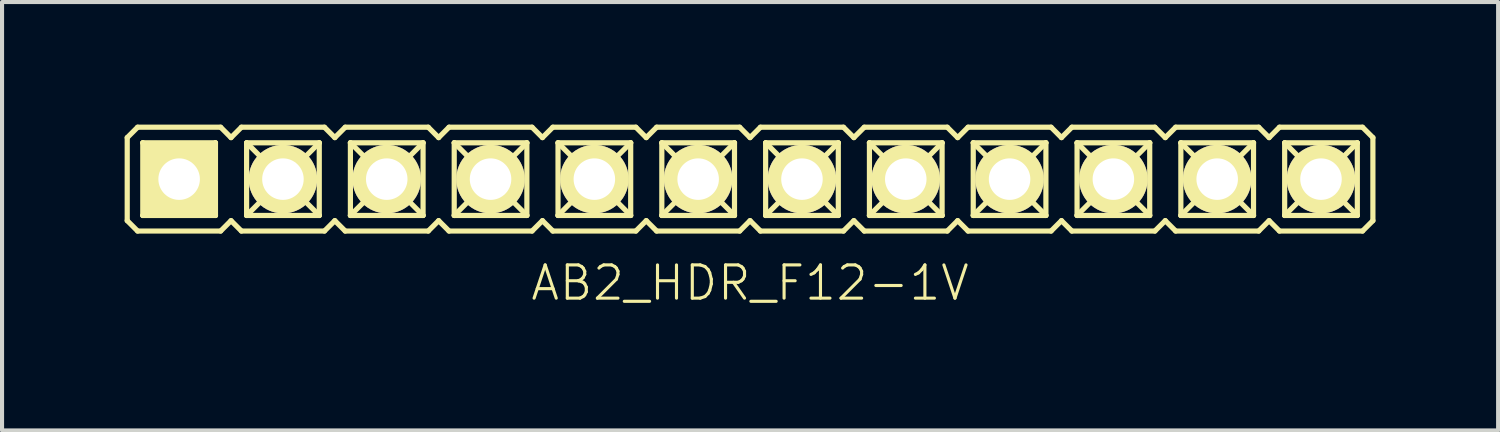
<source format=kicad_pcb>
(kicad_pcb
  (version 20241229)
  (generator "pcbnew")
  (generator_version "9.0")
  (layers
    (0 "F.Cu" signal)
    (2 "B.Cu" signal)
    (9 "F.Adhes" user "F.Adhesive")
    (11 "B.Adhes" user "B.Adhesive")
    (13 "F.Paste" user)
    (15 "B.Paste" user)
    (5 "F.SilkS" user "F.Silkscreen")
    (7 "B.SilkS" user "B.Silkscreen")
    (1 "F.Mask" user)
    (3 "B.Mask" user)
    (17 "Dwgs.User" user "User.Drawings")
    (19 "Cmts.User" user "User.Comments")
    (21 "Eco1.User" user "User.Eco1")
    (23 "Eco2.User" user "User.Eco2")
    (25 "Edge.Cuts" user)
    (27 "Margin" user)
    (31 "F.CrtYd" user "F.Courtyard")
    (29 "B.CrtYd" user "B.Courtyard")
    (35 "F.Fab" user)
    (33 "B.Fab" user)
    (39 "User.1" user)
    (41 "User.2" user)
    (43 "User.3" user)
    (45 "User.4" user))
  (footprint "AB2_HDR_F12-1V"
    (layer "F.Cu")
    (at 15.303 1.333)
    (property "Reference" "AB2_HDR_F12-1V" (at 0 2.54 0) (layer "F.SilkS") (effects (font (size 0.813 0.813) (thickness 0.076))))
    (attr through_hole)
    (fp_line (start -15.24 -1.016) (end -14.986 -1.27) (stroke (width 0.127) (type solid)) (layer "F.SilkS"))
    (fp_line (start -15.24 1.016) (end -15.24 -1.016) (stroke (width 0.127) (type solid)) (layer "F.SilkS"))
    (fp_line (start -14.986 -1.27) (end -12.954 -1.27) (stroke (width 0.127) (type solid)) (layer "F.SilkS"))
    (fp_line (start -14.986 1.27) (end -15.24 1.016) (stroke (width 0.127) (type solid)) (layer "F.SilkS"))
    (fp_line (start -14.859 -0.889) (end -13.081 -0.889) (stroke (width 0.127) (type solid)) (layer "F.SilkS"))
    (fp_line (start -14.859 0.889) (end -14.859 -0.889) (stroke (width 0.127) (type solid)) (layer "F.SilkS"))
    (fp_line (start -14.478 -0.508) (end -14.859 -0.889) (stroke (width 0.127) (type solid)) (layer "F.SilkS"))
    (fp_line (start -14.478 -0.508) (end -13.462 -0.508) (stroke (width 0.127) (type solid)) (layer "F.SilkS"))
    (fp_line (start -14.478 0.508) (end -14.859 0.889) (stroke (width 0.127) (type solid)) (layer "F.SilkS"))
    (fp_line (start -14.478 0.508) (end -14.478 -0.508) (stroke (width 0.127) (type solid)) (layer "F.SilkS"))
    (fp_line (start -13.462 -0.508) (end -13.462 0.508) (stroke (width 0.127) (type solid)) (layer "F.SilkS"))
    (fp_line (start -13.462 -0.508) (end -13.081 -0.889) (stroke (width 0.127) (type solid)) (layer "F.SilkS"))
    (fp_line (start -13.462 0.508) (end -14.478 0.508) (stroke (width 0.127) (type solid)) (layer "F.SilkS"))
    (fp_line (start -13.462 0.508) (end -13.081 0.889) (stroke (width 0.127) (type solid)) (layer "F.SilkS"))
    (fp_line (start -13.081 -0.889) (end -13.081 0.889) (stroke (width 0.127) (type solid)) (layer "F.SilkS"))
    (fp_line (start -13.081 0.889) (end -14.859 0.889) (stroke (width 0.127) (type solid)) (layer "F.SilkS"))
    (fp_line (start -12.954 -1.27) (end -12.7 -1.016) (stroke (width 0.127) (type solid)) (layer "F.SilkS"))
    (fp_line (start -12.954 1.27) (end -14.986 1.27) (stroke (width 0.127) (type solid)) (layer "F.SilkS"))
    (fp_line (start -12.7 -1.016) (end -12.446 -1.27) (stroke (width 0.127) (type solid)) (layer "F.SilkS"))
    (fp_line (start -12.7 1.016) (end -12.954 1.27) (stroke (width 0.127) (type solid)) (layer "F.SilkS"))
    (fp_line (start -12.446 -1.27) (end -10.414 -1.27) (stroke (width 0.127) (type solid)) (layer "F.SilkS"))
    (fp_line (start -12.446 1.27) (end -12.7 1.016) (stroke (width 0.127) (type solid)) (layer "F.SilkS"))
    (fp_line (start -12.319 -0.889) (end -10.541 -0.889) (stroke (width 0.127) (type solid)) (layer "F.SilkS"))
    (fp_line (start -12.319 0.889) (end -12.319 -0.889) (stroke (width 0.127) (type solid)) (layer "F.SilkS"))
    (fp_line (start -11.938 -0.508) (end -12.319 -0.889) (stroke (width 0.127) (type solid)) (layer "F.SilkS"))
    (fp_line (start -11.938 -0.508) (end -10.922 -0.508) (stroke (width 0.127) (type solid)) (layer "F.SilkS"))
    (fp_line (start -11.938 0.508) (end -12.319 0.889) (stroke (width 0.127) (type solid)) (layer "F.SilkS"))
    (fp_line (start -11.938 0.508) (end -11.938 -0.508) (stroke (width 0.127) (type solid)) (layer "F.SilkS"))
    (fp_line (start -10.922 -0.508) (end -10.922 0.508) (stroke (width 0.127) (type solid)) (layer "F.SilkS"))
    (fp_line (start -10.922 -0.508) (end -10.541 -0.889) (stroke (width 0.127) (type solid)) (layer "F.SilkS"))
    (fp_line (start -10.922 0.508) (end -11.938 0.508) (stroke (width 0.127) (type solid)) (layer "F.SilkS"))
    (fp_line (start -10.922 0.508) (end -10.541 0.889) (stroke (width 0.127) (type solid)) (layer "F.SilkS"))
    (fp_line (start -10.541 -0.889) (end -10.541 0.889) (stroke (width 0.127) (type solid)) (layer "F.SilkS"))
    (fp_line (start -10.541 0.889) (end -12.319 0.889) (stroke (width 0.127) (type solid)) (layer "F.SilkS"))
    (fp_line (start -10.414 -1.27) (end -10.16 -1.016) (stroke (width 0.127) (type solid)) (layer "F.SilkS"))
    (fp_line (start -10.414 1.27) (end -12.446 1.27) (stroke (width 0.127) (type solid)) (layer "F.SilkS"))
    (fp_line (start -10.16 -1.016) (end -9.906 -1.27) (stroke (width 0.127) (type solid)) (layer "F.SilkS"))
    (fp_line (start -10.16 1.016) (end -10.414 1.27) (stroke (width 0.127) (type solid)) (layer "F.SilkS"))
    (fp_line (start -9.906 -1.27) (end -7.874 -1.27) (stroke (width 0.127) (type solid)) (layer "F.SilkS"))
    (fp_line (start -9.906 1.27) (end -10.16 1.016) (stroke (width 0.127) (type solid)) (layer "F.SilkS"))
    (fp_line (start -9.779 -0.889) (end -8.001 -0.889) (stroke (width 0.127) (type solid)) (layer "F.SilkS"))
    (fp_line (start -9.779 0.889) (end -9.779 -0.889) (stroke (width 0.127) (type solid)) (layer "F.SilkS"))
    (fp_line (start -9.398 -0.508) (end -9.779 -0.889) (stroke (width 0.127) (type solid)) (layer "F.SilkS"))
    (fp_line (start -9.398 -0.508) (end -8.382 -0.508) (stroke (width 0.127) (type solid)) (layer "F.SilkS"))
    (fp_line (start -9.398 0.508) (end -9.779 0.889) (stroke (width 0.127) (type solid)) (layer "F.SilkS"))
    (fp_line (start -9.398 0.508) (end -9.398 -0.508) (stroke (width 0.127) (type solid)) (layer "F.SilkS"))
    (fp_line (start -8.382 -0.508) (end -8.382 0.508) (stroke (width 0.127) (type solid)) (layer "F.SilkS"))
    (fp_line (start -8.382 -0.508) (end -8.001 -0.889) (stroke (width 0.127) (type solid)) (layer "F.SilkS"))
    (fp_line (start -8.382 0.508) (end -9.398 0.508) (stroke (width 0.127) (type solid)) (layer "F.SilkS"))
    (fp_line (start -8.382 0.508) (end -8.001 0.889) (stroke (width 0.127) (type solid)) (layer "F.SilkS"))
    (fp_line (start -8.001 -0.889) (end -8.001 0.889) (stroke (width 0.127) (type solid)) (layer "F.SilkS"))
    (fp_line (start -8.001 0.889) (end -9.779 0.889) (stroke (width 0.127) (type solid)) (layer "F.SilkS"))
    (fp_line (start -7.874 -1.27) (end -7.62 -1.016) (stroke (width 0.127) (type solid)) (layer "F.SilkS"))
    (fp_line (start -7.874 1.27) (end -9.906 1.27) (stroke (width 0.127) (type solid)) (layer "F.SilkS"))
    (fp_line (start -7.62 -1.016) (end -7.366 -1.27) (stroke (width 0.127) (type solid)) (layer "F.SilkS"))
    (fp_line (start -7.62 1.016) (end -7.874 1.27) (stroke (width 0.127) (type solid)) (layer "F.SilkS"))
    (fp_line (start -7.366 -1.27) (end -5.334 -1.27) (stroke (width 0.127) (type solid)) (layer "F.SilkS"))
    (fp_line (start -7.366 1.27) (end -7.62 1.016) (stroke (width 0.127) (type solid)) (layer "F.SilkS"))
    (fp_line (start -7.239 -0.889) (end -5.461 -0.889) (stroke (width 0.127) (type solid)) (layer "F.SilkS"))
    (fp_line (start -7.239 0.889) (end -7.239 -0.889) (stroke (width 0.127) (type solid)) (layer "F.SilkS"))
    (fp_line (start -6.858 -0.508) (end -7.239 -0.889) (stroke (width 0.127) (type solid)) (layer "F.SilkS"))
    (fp_line (start -6.858 -0.508) (end -5.842 -0.508) (stroke (width 0.127) (type solid)) (layer "F.SilkS"))
    (fp_line (start -6.858 0.508) (end -7.239 0.889) (stroke (width 0.127) (type solid)) (layer "F.SilkS"))
    (fp_line (start -6.858 0.508) (end -6.858 -0.508) (stroke (width 0.127) (type solid)) (layer "F.SilkS"))
    (fp_line (start -5.842 -0.508) (end -5.842 0.508) (stroke (width 0.127) (type solid)) (layer "F.SilkS"))
    (fp_line (start -5.842 -0.508) (end -5.461 -0.889) (stroke (width 0.127) (type solid)) (layer "F.SilkS"))
    (fp_line (start -5.842 0.508) (end -6.858 0.508) (stroke (width 0.127) (type solid)) (layer "F.SilkS"))
    (fp_line (start -5.842 0.508) (end -5.461 0.889) (stroke (width 0.127) (type solid)) (layer "F.SilkS"))
    (fp_line (start -5.461 -0.889) (end -5.461 0.889) (stroke (width 0.127) (type solid)) (layer "F.SilkS"))
    (fp_line (start -5.461 0.889) (end -7.239 0.889) (stroke (width 0.127) (type solid)) (layer "F.SilkS"))
    (fp_line (start -5.334 -1.27) (end -5.08 -1.016) (stroke (width 0.127) (type solid)) (layer "F.SilkS"))
    (fp_line (start -5.334 1.27) (end -7.366 1.27) (stroke (width 0.127) (type solid)) (layer "F.SilkS"))
    (fp_line (start -5.08 -1.016) (end -4.826 -1.27) (stroke (width 0.127) (type solid)) (layer "F.SilkS"))
    (fp_line (start -5.08 1.016) (end -5.334 1.27) (stroke (width 0.127) (type solid)) (layer "F.SilkS"))
    (fp_line (start -4.826 -1.27) (end -2.794 -1.27) (stroke (width 0.127) (type solid)) (layer "F.SilkS"))
    (fp_line (start -4.826 1.27) (end -5.08 1.016) (stroke (width 0.127) (type solid)) (layer "F.SilkS"))
    (fp_line (start -4.699 -0.889) (end -2.921 -0.889) (stroke (width 0.127) (type solid)) (layer "F.SilkS"))
    (fp_line (start -4.699 0.889) (end -4.699 -0.889) (stroke (width 0.127) (type solid)) (layer "F.SilkS"))
    (fp_line (start -4.318 -0.508) (end -4.699 -0.889) (stroke (width 0.127) (type solid)) (layer "F.SilkS"))
    (fp_line (start -4.318 -0.508) (end -3.302 -0.508) (stroke (width 0.127) (type solid)) (layer "F.SilkS"))
    (fp_line (start -4.318 0.508) (end -4.699 0.889) (stroke (width 0.127) (type solid)) (layer "F.SilkS"))
    (fp_line (start -4.318 0.508) (end -4.318 -0.508) (stroke (width 0.127) (type solid)) (layer "F.SilkS"))
    (fp_line (start -3.302 -0.508) (end -3.302 0.508) (stroke (width 0.127) (type solid)) (layer "F.SilkS"))
    (fp_line (start -3.302 -0.508) (end -2.921 -0.889) (stroke (width 0.127) (type solid)) (layer "F.SilkS"))
    (fp_line (start -3.302 0.508) (end -4.318 0.508) (stroke (width 0.127) (type solid)) (layer "F.SilkS"))
    (fp_line (start -3.302 0.508) (end -2.921 0.889) (stroke (width 0.127) (type solid)) (layer "F.SilkS"))
    (fp_line (start -2.921 -0.889) (end -2.921 0.889) (stroke (width 0.127) (type solid)) (layer "F.SilkS"))
    (fp_line (start -2.921 0.889) (end -4.699 0.889) (stroke (width 0.127) (type solid)) (layer "F.SilkS"))
    (fp_line (start -2.794 -1.27) (end -2.54 -1.016) (stroke (width 0.127) (type solid)) (layer "F.SilkS"))
    (fp_line (start -2.794 1.27) (end -4.826 1.27) (stroke (width 0.127) (type solid)) (layer "F.SilkS"))
    (fp_line (start -2.54 -1.016) (end -2.286 -1.27) (stroke (width 0.127) (type solid)) (layer "F.SilkS"))
    (fp_line (start -2.54 1.016) (end -2.794 1.27) (stroke (width 0.127) (type solid)) (layer "F.SilkS"))
    (fp_line (start -2.286 -1.27) (end -0.254 -1.27) (stroke (width 0.127) (type solid)) (layer "F.SilkS"))
    (fp_line (start -2.286 1.27) (end -2.54 1.016) (stroke (width 0.127) (type solid)) (layer "F.SilkS"))
    (fp_line (start -2.159 -0.889) (end -0.381 -0.889) (stroke (width 0.127) (type solid)) (layer "F.SilkS"))
    (fp_line (start -2.159 0.889) (end -2.159 -0.889) (stroke (width 0.127) (type solid)) (layer "F.SilkS"))
    (fp_line (start -1.778 -0.508) (end -2.159 -0.889) (stroke (width 0.127) (type solid)) (layer "F.SilkS"))
    (fp_line (start -1.778 -0.508) (end -0.762 -0.508) (stroke (width 0.127) (type solid)) (layer "F.SilkS"))
    (fp_line (start -1.778 0.508) (end -2.159 0.889) (stroke (width 0.127) (type solid)) (layer "F.SilkS"))
    (fp_line (start -1.778 0.508) (end -1.778 -0.508) (stroke (width 0.127) (type solid)) (layer "F.SilkS"))
    (fp_line (start -0.762 -0.508) (end -0.762 0.508) (stroke (width 0.127) (type solid)) (layer "F.SilkS"))
    (fp_line (start -0.762 -0.508) (end -0.381 -0.889) (stroke (width 0.127) (type solid)) (layer "F.SilkS"))
    (fp_line (start -0.762 0.508) (end -1.778 0.508) (stroke (width 0.127) (type solid)) (layer "F.SilkS"))
    (fp_line (start -0.762 0.508) (end -0.381 0.889) (stroke (width 0.127) (type solid)) (layer "F.SilkS"))
    (fp_line (start -0.381 -0.889) (end -0.381 0.889) (stroke (width 0.127) (type solid)) (layer "F.SilkS"))
    (fp_line (start -0.381 0.889) (end -2.159 0.889) (stroke (width 0.127) (type solid)) (layer "F.SilkS"))
    (fp_line (start -0.254 -1.27) (end 0 -1.016) (stroke (width 0.127) (type solid)) (layer "F.SilkS"))
    (fp_line (start -0.254 1.27) (end -2.286 1.27) (stroke (width 0.127) (type solid)) (layer "F.SilkS"))
    (fp_line (start 0 -1.016) (end 0.254 -1.27) (stroke (width 0.127) (type solid)) (layer "F.SilkS"))
    (fp_line (start 0 1.016) (end -0.254 1.27) (stroke (width 0.127) (type solid)) (layer "F.SilkS"))
    (fp_line (start 0.254 -1.27) (end 2.286 -1.27) (stroke (width 0.127) (type solid)) (layer "F.SilkS"))
    (fp_line (start 0.254 1.27) (end 0 1.016) (stroke (width 0.127) (type solid)) (layer "F.SilkS"))
    (fp_line (start 0.381 -0.889) (end 2.159 -0.889) (stroke (width 0.127) (type solid)) (layer "F.SilkS"))
    (fp_line (start 0.381 0.889) (end 0.381 -0.889) (stroke (width 0.127) (type solid)) (layer "F.SilkS"))
    (fp_line (start 0.762 -0.508) (end 0.381 -0.889) (stroke (width 0.127) (type solid)) (layer "F.SilkS"))
    (fp_line (start 0.762 -0.508) (end 1.778 -0.508) (stroke (width 0.127) (type solid)) (layer "F.SilkS"))
    (fp_line (start 0.762 0.508) (end 0.381 0.889) (stroke (width 0.127) (type solid)) (layer "F.SilkS"))
    (fp_line (start 0.762 0.508) (end 0.762 -0.508) (stroke (width 0.127) (type solid)) (layer "F.SilkS"))
    (fp_line (start 1.778 -0.508) (end 1.778 0.508) (stroke (width 0.127) (type solid)) (layer "F.SilkS"))
    (fp_line (start 1.778 -0.508) (end 2.159 -0.889) (stroke (width 0.127) (type solid)) (layer "F.SilkS"))
    (fp_line (start 1.778 0.508) (end 0.762 0.508) (stroke (width 0.127) (type solid)) (layer "F.SilkS"))
    (fp_line (start 1.778 0.508) (end 2.159 0.889) (stroke (width 0.127) (type solid)) (layer "F.SilkS"))
    (fp_line (start 2.159 -0.889) (end 2.159 0.889) (stroke (width 0.127) (type solid)) (layer "F.SilkS"))
    (fp_line (start 2.159 0.889) (end 0.381 0.889) (stroke (width 0.127) (type solid)) (layer "F.SilkS"))
    (fp_line (start 2.286 -1.27) (end 2.54 -1.016) (stroke (width 0.127) (type solid)) (layer "F.SilkS"))
    (fp_line (start 2.286 1.27) (end 0.254 1.27) (stroke (width 0.127) (type solid)) (layer "F.SilkS"))
    (fp_line (start 2.54 -1.016) (end 2.794 -1.27) (stroke (width 0.127) (type solid)) (layer "F.SilkS"))
    (fp_line (start 2.54 1.016) (end 2.286 1.27) (stroke (width 0.127) (type solid)) (layer "F.SilkS"))
    (fp_line (start 2.794 -1.27) (end 4.826 -1.27) (stroke (width 0.127) (type solid)) (layer "F.SilkS"))
    (fp_line (start 2.794 1.27) (end 2.54 1.016) (stroke (width 0.127) (type solid)) (layer "F.SilkS"))
    (fp_line (start 2.921 -0.889) (end 4.699 -0.889) (stroke (width 0.127) (type solid)) (layer "F.SilkS"))
    (fp_line (start 2.921 0.889) (end 2.921 -0.889) (stroke (width 0.127) (type solid)) (layer "F.SilkS"))
    (fp_line (start 3.302 -0.508) (end 2.921 -0.889) (stroke (width 0.127) (type solid)) (layer "F.SilkS"))
    (fp_line (start 3.302 -0.508) (end 4.318 -0.508) (stroke (width 0.127) (type solid)) (layer "F.SilkS"))
    (fp_line (start 3.302 0.508) (end 2.921 0.889) (stroke (width 0.127) (type solid)) (layer "F.SilkS"))
    (fp_line (start 3.302 0.508) (end 3.302 -0.508) (stroke (width 0.127) (type solid)) (layer "F.SilkS"))
    (fp_line (start 4.318 -0.508) (end 4.318 0.508) (stroke (width 0.127) (type solid)) (layer "F.SilkS"))
    (fp_line (start 4.318 -0.508) (end 4.699 -0.889) (stroke (width 0.127) (type solid)) (layer "F.SilkS"))
    (fp_line (start 4.318 0.508) (end 3.302 0.508) (stroke (width 0.127) (type solid)) (layer "F.SilkS"))
    (fp_line (start 4.318 0.508) (end 4.699 0.889) (stroke (width 0.127) (type solid)) (layer "F.SilkS"))
    (fp_line (start 4.699 -0.889) (end 4.699 0.889) (stroke (width 0.127) (type solid)) (layer "F.SilkS"))
    (fp_line (start 4.699 0.889) (end 2.921 0.889) (stroke (width 0.127) (type solid)) (layer "F.SilkS"))
    (fp_line (start 4.826 -1.27) (end 5.08 -1.016) (stroke (width 0.127) (type solid)) (layer "F.SilkS"))
    (fp_line (start 4.826 1.27) (end 2.794 1.27) (stroke (width 0.127) (type solid)) (layer "F.SilkS"))
    (fp_line (start 5.08 -1.016) (end 5.334 -1.27) (stroke (width 0.127) (type solid)) (layer "F.SilkS"))
    (fp_line (start 5.08 1.016) (end 4.826 1.27) (stroke (width 0.127) (type solid)) (layer "F.SilkS"))
    (fp_line (start 5.334 -1.27) (end 7.366 -1.27) (stroke (width 0.127) (type solid)) (layer "F.SilkS"))
    (fp_line (start 5.334 1.27) (end 5.08 1.016) (stroke (width 0.127) (type solid)) (layer "F.SilkS"))
    (fp_line (start 5.461 -0.889) (end 7.239 -0.889) (stroke (width 0.127) (type solid)) (layer "F.SilkS"))
    (fp_line (start 5.461 0.889) (end 5.461 -0.889) (stroke (width 0.127) (type solid)) (layer "F.SilkS"))
    (fp_line (start 5.842 -0.508) (end 5.461 -0.889) (stroke (width 0.127) (type solid)) (layer "F.SilkS"))
    (fp_line (start 5.842 -0.508) (end 6.858 -0.508) (stroke (width 0.127) (type solid)) (layer "F.SilkS"))
    (fp_line (start 5.842 0.508) (end 5.461 0.889) (stroke (width 0.127) (type solid)) (layer "F.SilkS"))
    (fp_line (start 5.842 0.508) (end 5.842 -0.508) (stroke (width 0.127) (type solid)) (layer "F.SilkS"))
    (fp_line (start 6.858 -0.508) (end 6.858 0.508) (stroke (width 0.127) (type solid)) (layer "F.SilkS"))
    (fp_line (start 6.858 -0.508) (end 7.239 -0.889) (stroke (width 0.127) (type solid)) (layer "F.SilkS"))
    (fp_line (start 6.858 0.508) (end 5.842 0.508) (stroke (width 0.127) (type solid)) (layer "F.SilkS"))
    (fp_line (start 6.858 0.508) (end 7.239 0.889) (stroke (width 0.127) (type solid)) (layer "F.SilkS"))
    (fp_line (start 7.239 -0.889) (end 7.239 0.889) (stroke (width 0.127) (type solid)) (layer "F.SilkS"))
    (fp_line (start 7.239 0.889) (end 5.461 0.889) (stroke (width 0.127) (type solid)) (layer "F.SilkS"))
    (fp_line (start 7.366 -1.27) (end 7.62 -1.016) (stroke (width 0.127) (type solid)) (layer "F.SilkS"))
    (fp_line (start 7.366 1.27) (end 5.334 1.27) (stroke (width 0.127) (type solid)) (layer "F.SilkS"))
    (fp_line (start 7.62 -1.016) (end 7.874 -1.27) (stroke (width 0.127) (type solid)) (layer "F.SilkS"))
    (fp_line (start 7.62 1.016) (end 7.366 1.27) (stroke (width 0.127) (type solid)) (layer "F.SilkS"))
    (fp_line (start 7.874 -1.27) (end 9.906 -1.27) (stroke (width 0.127) (type solid)) (layer "F.SilkS"))
    (fp_line (start 7.874 1.27) (end 7.62 1.016) (stroke (width 0.127) (type solid)) (layer "F.SilkS"))
    (fp_line (start 8.001 -0.889) (end 9.779 -0.889) (stroke (width 0.127) (type solid)) (layer "F.SilkS"))
    (fp_line (start 8.001 0.889) (end 8.001 -0.889) (stroke (width 0.127) (type solid)) (layer "F.SilkS"))
    (fp_line (start 8.382 -0.508) (end 8.001 -0.889) (stroke (width 0.127) (type solid)) (layer "F.SilkS"))
    (fp_line (start 8.382 -0.508) (end 9.398 -0.508) (stroke (width 0.127) (type solid)) (layer "F.SilkS"))
    (fp_line (start 8.382 0.508) (end 8.001 0.889) (stroke (width 0.127) (type solid)) (layer "F.SilkS"))
    (fp_line (start 8.382 0.508) (end 8.382 -0.508) (stroke (width 0.127) (type solid)) (layer "F.SilkS"))
    (fp_line (start 9.398 -0.508) (end 9.398 0.508) (stroke (width 0.127) (type solid)) (layer "F.SilkS"))
    (fp_line (start 9.398 -0.508) (end 9.779 -0.889) (stroke (width 0.127) (type solid)) (layer "F.SilkS"))
    (fp_line (start 9.398 0.508) (end 8.382 0.508) (stroke (width 0.127) (type solid)) (layer "F.SilkS"))
    (fp_line (start 9.398 0.508) (end 9.779 0.889) (stroke (width 0.127) (type solid)) (layer "F.SilkS"))
    (fp_line (start 9.779 -0.889) (end 9.779 0.889) (stroke (width 0.127) (type solid)) (layer "F.SilkS"))
    (fp_line (start 9.779 0.889) (end 8.001 0.889) (stroke (width 0.127) (type solid)) (layer "F.SilkS"))
    (fp_line (start 9.906 -1.27) (end 10.16 -1.016) (stroke (width 0.127) (type solid)) (layer "F.SilkS"))
    (fp_line (start 9.906 1.27) (end 7.874 1.27) (stroke (width 0.127) (type solid)) (layer "F.SilkS"))
    (fp_line (start 10.16 -1.016) (end 10.414 -1.27) (stroke (width 0.127) (type solid)) (layer "F.SilkS"))
    (fp_line (start 10.16 1.016) (end 9.906 1.27) (stroke (width 0.127) (type solid)) (layer "F.SilkS"))
    (fp_line (start 10.414 -1.27) (end 12.446 -1.27) (stroke (width 0.127) (type solid)) (layer "F.SilkS"))
    (fp_line (start 10.414 1.27) (end 10.16 1.016) (stroke (width 0.127) (type solid)) (layer "F.SilkS"))
    (fp_line (start 10.541 -0.889) (end 12.319 -0.889) (stroke (width 0.127) (type solid)) (layer "F.SilkS"))
    (fp_line (start 10.541 0.889) (end 10.541 -0.889) (stroke (width 0.127) (type solid)) (layer "F.SilkS"))
    (fp_line (start 10.922 -0.508) (end 10.541 -0.889) (stroke (width 0.127) (type solid)) (layer "F.SilkS"))
    (fp_line (start 10.922 -0.508) (end 11.938 -0.508) (stroke (width 0.127) (type solid)) (layer "F.SilkS"))
    (fp_line (start 10.922 0.508) (end 10.541 0.889) (stroke (width 0.127) (type solid)) (layer "F.SilkS"))
    (fp_line (start 10.922 0.508) (end 10.922 -0.508) (stroke (width 0.127) (type solid)) (layer "F.SilkS"))
    (fp_line (start 11.938 -0.508) (end 11.938 0.508) (stroke (width 0.127) (type solid)) (layer "F.SilkS"))
    (fp_line (start 11.938 -0.508) (end 12.319 -0.889) (stroke (width 0.127) (type solid)) (layer "F.SilkS"))
    (fp_line (start 11.938 0.508) (end 10.922 0.508) (stroke (width 0.127) (type solid)) (layer "F.SilkS"))
    (fp_line (start 11.938 0.508) (end 12.319 0.889) (stroke (width 0.127) (type solid)) (layer "F.SilkS"))
    (fp_line (start 12.319 -0.889) (end 12.319 0.889) (stroke (width 0.127) (type solid)) (layer "F.SilkS"))
    (fp_line (start 12.319 0.889) (end 10.541 0.889) (stroke (width 0.127) (type solid)) (layer "F.SilkS"))
    (fp_line (start 12.446 -1.27) (end 12.7 -1.016) (stroke (width 0.127) (type solid)) (layer "F.SilkS"))
    (fp_line (start 12.446 1.27) (end 10.414 1.27) (stroke (width 0.127) (type solid)) (layer "F.SilkS"))
    (fp_line (start 12.7 -1.016) (end 12.954 -1.27) (stroke (width 0.127) (type solid)) (layer "F.SilkS"))
    (fp_line (start 12.7 1.016) (end 12.446 1.27) (stroke (width 0.127) (type solid)) (layer "F.SilkS"))
    (fp_line (start 12.954 -1.27) (end 14.986 -1.27) (stroke (width 0.127) (type solid)) (layer "F.SilkS"))
    (fp_line (start 12.954 1.27) (end 12.7 1.016) (stroke (width 0.127) (type solid)) (layer "F.SilkS"))
    (fp_line (start 13.081 -0.889) (end 14.859 -0.889) (stroke (width 0.127) (type solid)) (layer "F.SilkS"))
    (fp_line (start 13.081 0.889) (end 13.081 -0.889) (stroke (width 0.127) (type solid)) (layer "F.SilkS"))
    (fp_line (start 13.462 -0.508) (end 13.081 -0.889) (stroke (width 0.127) (type solid)) (layer "F.SilkS"))
    (fp_line (start 13.462 -0.508) (end 14.478 -0.508) (stroke (width 0.127) (type solid)) (layer "F.SilkS"))
    (fp_line (start 13.462 0.508) (end 13.081 0.889) (stroke (width 0.127) (type solid)) (layer "F.SilkS"))
    (fp_line (start 13.462 0.508) (end 13.462 -0.508) (stroke (width 0.127) (type solid)) (layer "F.SilkS"))
    (fp_line (start 14.478 -0.508) (end 14.478 0.508) (stroke (width 0.127) (type solid)) (layer "F.SilkS"))
    (fp_line (start 14.478 -0.508) (end 14.859 -0.889) (stroke (width 0.127) (type solid)) (layer "F.SilkS"))
    (fp_line (start 14.478 0.508) (end 13.462 0.508) (stroke (width 0.127) (type solid)) (layer "F.SilkS"))
    (fp_line (start 14.478 0.508) (end 14.859 0.889) (stroke (width 0.127) (type solid)) (layer "F.SilkS"))
    (fp_line (start 14.859 -0.889) (end 14.859 0.889) (stroke (width 0.127) (type solid)) (layer "F.SilkS"))
    (fp_line (start 14.859 0.889) (end 13.081 0.889) (stroke (width 0.127) (type solid)) (layer "F.SilkS"))
    (fp_line (start 14.986 -1.27) (end 15.24 -1.016) (stroke (width 0.127) (type solid)) (layer "F.SilkS"))
    (fp_line (start 14.986 1.27) (end 12.954 1.27) (stroke (width 0.127) (type solid)) (layer "F.SilkS"))
    (fp_line (start 15.24 1.016) (end 14.986 1.27) (stroke (width 0.127) (type solid)) (layer "F.SilkS"))
    (fp_line (start 15.24 1.016) (end 15.24 -1.016) (stroke (width 0.127) (type solid)) (layer "F.SilkS"))
    (pad "1" thru_hole rect (at -13.97 0) (size 1.676 1.676) (drill 1.016) (layers "*.Cu" "*.Mask" "F.SilkS"))
    (pad "2" thru_hole circle (at -11.43 0) (size 1.676 1.676) (drill 1.016) (layers "*.Cu" "*.Mask" "F.SilkS"))
    (pad "3" thru_hole circle (at -8.89 0) (size 1.676 1.676) (drill 1.016) (layers "*.Cu" "*.Mask" "F.SilkS"))
    (pad "4" thru_hole circle (at -6.35 0) (size 1.676 1.676) (drill 1.016) (layers "*.Cu" "*.Mask" "F.SilkS"))
    (pad "5" thru_hole circle (at -3.81 0) (size 1.676 1.676) (drill 1.016) (layers "*.Cu" "*.Mask" "F.SilkS"))
    (pad "6" thru_hole circle (at -1.27 0) (size 1.676 1.676) (drill 1.016) (layers "*.Cu" "*.Mask" "F.SilkS"))
    (pad "7" thru_hole circle (at 1.27 0) (size 1.676 1.676) (drill 1.016) (layers "*.Cu" "*.Mask" "F.SilkS"))
    (pad "8" thru_hole circle (at 3.81 0) (size 1.676 1.676) (drill 1.016) (layers "*.Cu" "*.Mask" "F.SilkS"))
    (pad "9" thru_hole circle (at 6.35 0) (size 1.676 1.676) (drill 1.016) (layers "*.Cu" "*.Mask" "F.SilkS"))
    (pad "10" thru_hole circle (at 8.89 0) (size 1.676 1.676) (drill 1.016) (layers "*.Cu" "*.Mask" "F.SilkS"))
    (pad "11" thru_hole circle (at 11.43 0) (size 1.676 1.676) (drill 1.016) (layers "*.Cu" "*.Mask" "F.SilkS"))
    (pad "12" thru_hole circle (at 13.97 0) (size 1.676 1.676) (drill 1.016) (layers "*.Cu" "*.Mask" "F.SilkS")))
  (gr_rect
    (start -3 -3)
    (end 33.607 7.483)
    (stroke (width 0.1) (type default))
    (fill no)
    (layer "Edge.Cuts")))
</source>
